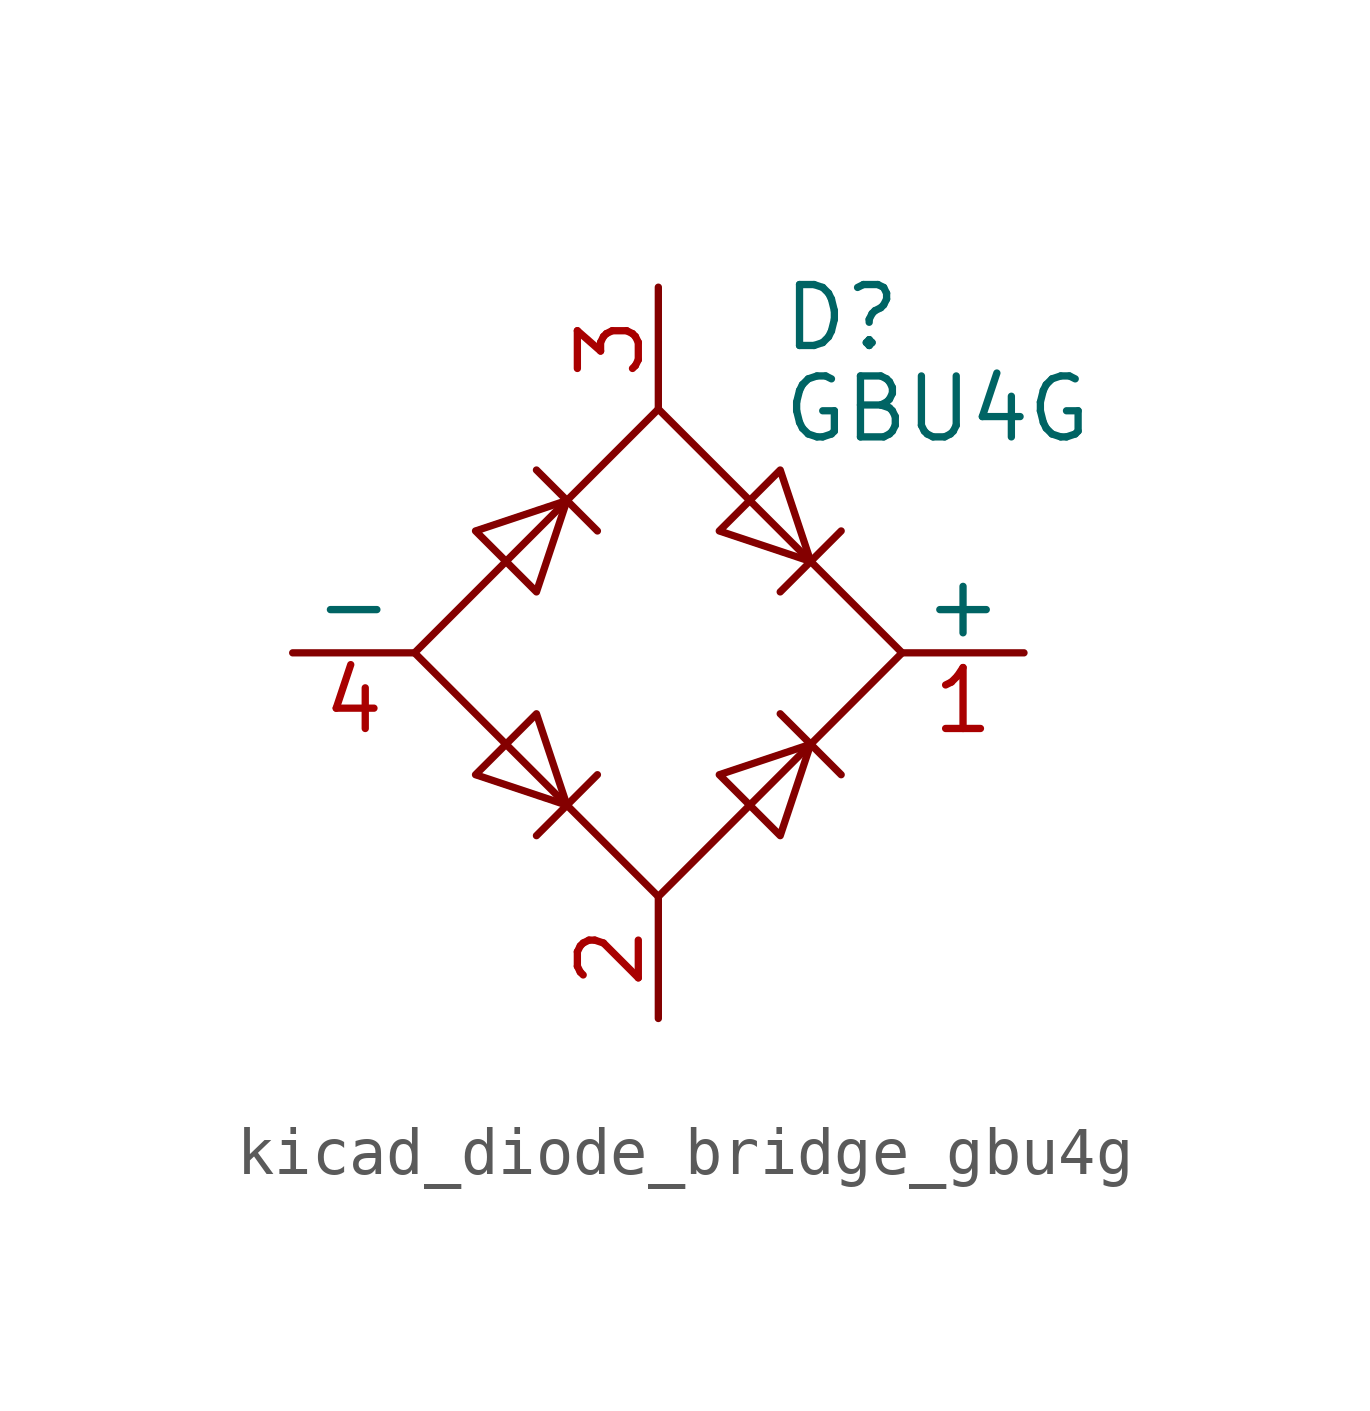
<source format=kicad_sym>
(kicad_symbol_lib
  (version 20220914)
  (generator kicad_symbol_editor)
  (symbol "kicad_diode_bridge_gbu4g"
    (pin_names
      (offset 0))
    (property "Reference" "D"
      (at 2.54 6.985 0)
      (effects (font (size 1.27 1.27)) (justify left)))
    (property "Value" "GBU4G"
      (at 2.54 5.08 0)
      (effects (font (size 1.27 1.27)) (justify left)))
    (symbol "kicad_diode_bridge_gbu4g_0_1"
      (polyline (pts (xy -2.54 3.81) (xy -1.27 2.54)) (stroke (width 0) (type default)) (fill (type none)))
      (polyline (pts (xy -1.27 -2.54) (xy -2.54 -3.81)) (stroke (width 0) (type default)) (fill (type none)))
      (polyline (pts (xy 2.54 -1.27) (xy 3.81 -2.54)) (stroke (width 0) (type default)) (fill (type none)))
      (polyline (pts (xy 2.54 1.27) (xy 3.81 2.54)) (stroke (width 0) (type default)) (fill (type none)))
      (polyline (pts (xy -3.81 2.54) (xy -2.54 1.27) (xy -1.905 3.175) (xy -3.81 2.54)) (stroke (width 0) (type default)) (fill (type none)))
      (polyline (pts (xy -2.54 -1.27) (xy -3.81 -2.54) (xy -1.905 -3.175) (xy -2.54 -1.27)) (stroke (width 0) (type default)) (fill (type none)))
      (polyline (pts (xy 1.27 2.54) (xy 2.54 3.81) (xy 3.175 1.905) (xy 1.27 2.54)) (stroke (width 0) (type default)) (fill (type none)))
      (polyline (pts (xy 3.175 -1.905) (xy 1.27 -2.54) (xy 2.54 -3.81) (xy 3.175 -1.905)) (stroke (width 0) (type default)) (fill (type none)))
      (polyline (pts (xy -5.08 0) (xy 0 -5.08) (xy 5.08 0) (xy 0 5.08) (xy -5.08 0)) (stroke (width 0) (type default)) (fill (type none))))
    (symbol "kicad_diode_bridge_gbu4g_1_1"
      (pin passive line (at 7.62 0 180) (length 2.54) (name "+" (effects (font (size 1.27 1.27)))) (number "1" (effects (font (size 1.27 1.27)))))
      (pin passive line (at 0 -7.62 90) (length 2.54) (name "~" (effects (font (size 1.27 1.27)))) (number "2" (effects (font (size 1.27 1.27)))))
      (pin passive line (at 0 7.62 270) (length 2.54) (name "~" (effects (font (size 1.27 1.27)))) (number "3" (effects (font (size 1.27 1.27)))))
      (pin passive line (at -7.62 0 0) (length 2.54) (name "-" (effects (font (size 1.27 1.27)))) (number "4" (effects (font (size 1.27 1.27))))))))
</source>
